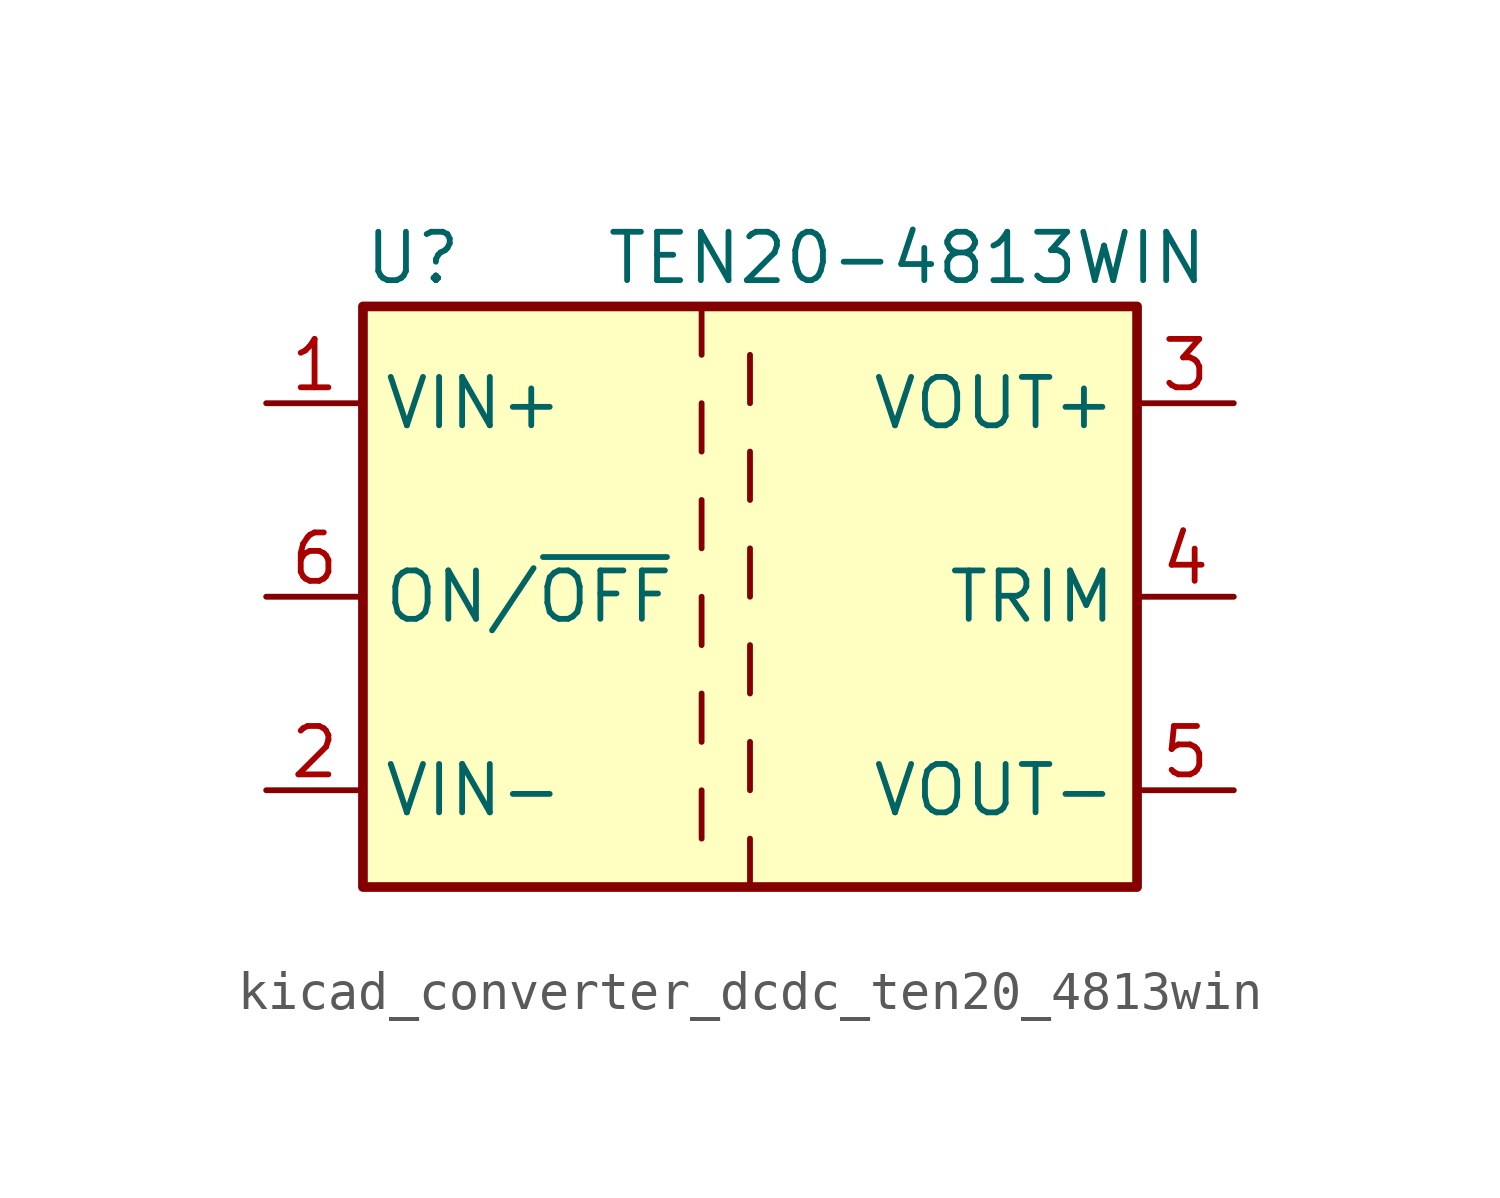
<source format=kicad_sym>
(kicad_symbol_lib
  (version 20220914)
  (generator kicad_symbol_editor)
  (symbol "kicad_converter_dcdc_ten20_4813win"
    (property "Reference" "U"
      (at -10.16 8.89 0)
      (effects (font (size 1.27 1.27)) (justify left)))
    (property "Value" "TEN20-4813WIN"
      (at -3.81 8.89 0)
      (effects (font (size 1.27 1.27)) (justify left)))
    (symbol "kicad_converter_dcdc_ten20_4813win_0_1"
      (rectangle (start -10.16 7.62) (end 10.16 -7.62) (stroke (width 0.254) (type default)) (fill (type background)))
      (polyline (pts (xy -1.27 -5.08) (xy -1.27 -6.35)) (stroke (width 0) (type default)) (fill (type none)))
      (polyline (pts (xy -1.27 -2.54) (xy -1.27 -3.81)) (stroke (width 0) (type default)) (fill (type none)))
      (polyline (pts (xy -1.27 0) (xy -1.27 -1.27)) (stroke (width 0) (type default)) (fill (type none)))
      (polyline (pts (xy -1.27 2.54) (xy -1.27 1.27)) (stroke (width 0) (type default)) (fill (type none)))
      (polyline (pts (xy -1.27 5.08) (xy -1.27 3.81)) (stroke (width 0) (type default)) (fill (type none)))
      (polyline (pts (xy -1.27 7.62) (xy -1.27 6.35)) (stroke (width 0) (type default)) (fill (type none)))
      (polyline (pts (xy 0 -7.62) (xy 0 -6.35)) (stroke (width 0) (type default)) (fill (type none)))
      (polyline (pts (xy 0 -5.08) (xy 0 -3.81)) (stroke (width 0) (type default)) (fill (type none)))
      (polyline (pts (xy 0 -1.27) (xy 0 -2.54)) (stroke (width 0) (type default)) (fill (type none)))
      (polyline (pts (xy 0 0) (xy 0 1.27)) (stroke (width 0) (type default)) (fill (type none)))
      (polyline (pts (xy 0 2.54) (xy 0 3.81)) (stroke (width 0) (type default)) (fill (type none)))
      (polyline (pts (xy 0 5.08) (xy 0 6.35)) (stroke (width 0) (type default)) (fill (type none))))
    (symbol "kicad_converter_dcdc_ten20_4813win_1_1"
      (pin power_in line (at -12.7 5.08 0) (length 2.54) (name "VIN+" (effects (font (size 1.27 1.27)))) (number "1" (effects (font (size 1.27 1.27)))))
      (pin power_in line (at -12.7 -5.08 0) (length 2.54) (name "VIN-" (effects (font (size 1.27 1.27)))) (number "2" (effects (font (size 1.27 1.27)))))
      (pin power_out line (at 12.7 5.08 180) (length 2.54) (name "VOUT+" (effects (font (size 1.27 1.27)))) (number "3" (effects (font (size 1.27 1.27)))))
      (pin passive line (at 12.7 0 180) (length 2.54) (name "TRIM" (effects (font (size 1.27 1.27)))) (number "4" (effects (font (size 1.27 1.27)))))
      (pin power_out line (at 12.7 -5.08 180) (length 2.54) (name "VOUT-" (effects (font (size 1.27 1.27)))) (number "5" (effects (font (size 1.27 1.27)))))
      (pin input line (at -12.7 0 0) (length 2.54) (name "ON/~{OFF}" (effects (font (size 1.27 1.27)))) (number "6" (effects (font (size 1.27 1.27))))))))
</source>
